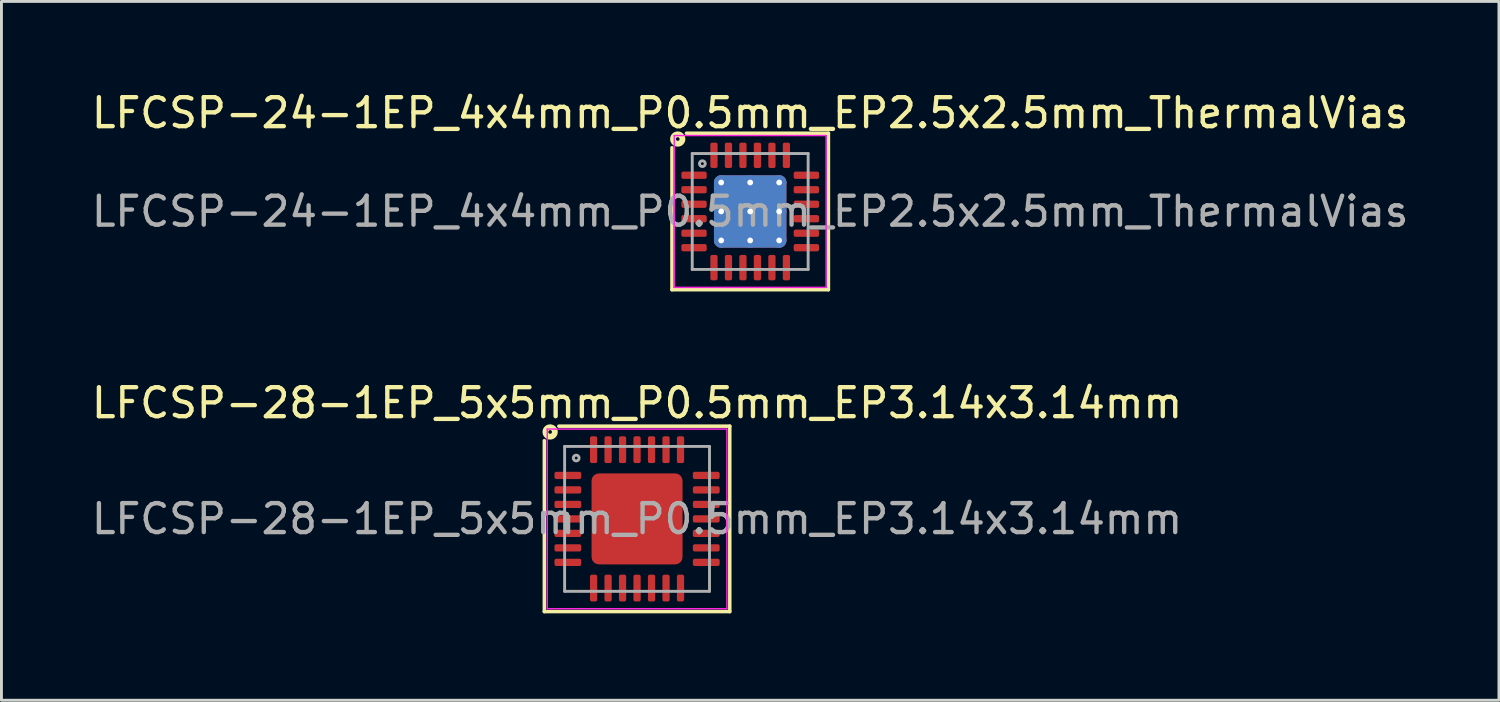
<source format=kicad_pcb>
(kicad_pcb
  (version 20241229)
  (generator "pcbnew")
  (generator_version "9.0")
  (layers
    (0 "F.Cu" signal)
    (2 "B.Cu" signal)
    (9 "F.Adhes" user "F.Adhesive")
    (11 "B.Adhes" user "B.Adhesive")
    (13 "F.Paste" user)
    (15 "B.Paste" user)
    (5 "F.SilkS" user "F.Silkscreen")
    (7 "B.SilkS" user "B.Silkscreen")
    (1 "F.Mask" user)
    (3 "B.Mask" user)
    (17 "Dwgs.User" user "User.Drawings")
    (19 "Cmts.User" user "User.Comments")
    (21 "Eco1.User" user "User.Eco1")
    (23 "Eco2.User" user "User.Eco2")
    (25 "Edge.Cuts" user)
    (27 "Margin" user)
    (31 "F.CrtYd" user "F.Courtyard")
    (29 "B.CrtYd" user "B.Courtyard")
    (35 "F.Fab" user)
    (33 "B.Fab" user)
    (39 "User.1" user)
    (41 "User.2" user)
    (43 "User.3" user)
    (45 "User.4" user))
  (footprint "LFCSP-28-1EP_5x5mm_P0.5mm_EP3.14x3.14mm"
    (layer "F.Cu")
    (at 18.935 14.857)
    (property "Reference" "LFCSP-28-1EP_5x5mm_P0.5mm_EP3.14x3.14mm" (at 0 -4 0) (layer "F.SilkS") (effects (font (size 1 1) (thickness 0.15))))
    (attr smd)
    (fp_line (start -3.2 3.2) (end -3.2 -2.7) (stroke (width 0.12) (type solid)) (layer "F.SilkS"))
    (fp_line (start 3.2 -3.2) (end -2.7 -3.2) (stroke (width 0.12) (type solid)) (layer "F.SilkS"))
    (fp_line (start 3.2 -3.2) (end 3.2 3.2) (stroke (width 0.12) (type solid)) (layer "F.SilkS"))
    (fp_line (start 3.2 3.2) (end -3.2 3.2) (stroke (width 0.12) (type solid)) (layer "F.SilkS"))
    (fp_circle (center -3 -3) (end -2.937 -3) (stroke (width 0.2) (type solid)) (fill no) (layer "F.SilkS"))
    (fp_line (start -3.1 -3.1) (end -3.1 3.1) (stroke (width 0.05) (type solid)) (layer "F.CrtYd"))
    (fp_line (start -3.1 3.1) (end 3.1 3.1) (stroke (width 0.05) (type solid)) (layer "F.CrtYd"))
    (fp_line (start 3.1 -3.1) (end -3.1 -3.1) (stroke (width 0.05) (type solid)) (layer "F.CrtYd"))
    (fp_line (start 3.1 3.1) (end 3.1 -3.1) (stroke (width 0.05) (type solid)) (layer "F.CrtYd"))
    (fp_line (start -2.5 -2.5) (end 2.5 -2.5) (stroke (width 0.1) (type solid)) (layer "F.Fab"))
    (fp_line (start -2.5 2.5) (end -2.5 -2.5) (stroke (width 0.1) (type solid)) (layer "F.Fab"))
    (fp_line (start 2.5 -2.5) (end 2.5 2.5) (stroke (width 0.1) (type solid)) (layer "F.Fab"))
    (fp_line (start 2.5 2.5) (end -2.5 2.5) (stroke (width 0.1) (type solid)) (layer "F.Fab"))
    (fp_circle (center -2.1 -2.1) (end -2 -2.1) (stroke (width 0.1) (type solid)) (fill no) (layer "F.Fab"))
    (fp_text user "${REFERENCE}" (at 0 0 0) (layer "F.Fab") (effects (font (size 1 1) (thickness 0.15))))
    (pad "" smd roundrect (at -0.785 -0.785) (size 1.27 1.27) (layers "F.Paste") (roundrect_rratio 0.197))
    (pad "" smd roundrect (at -0.785 0.785) (size 1.27 1.27) (layers "F.Paste") (roundrect_rratio 0.197))
    (pad "" smd roundrect (at 0.785 -0.785) (size 1.27 1.27) (layers "F.Paste") (roundrect_rratio 0.197))
    (pad "" smd roundrect (at 0.785 0.785) (size 1.27 1.27) (layers "F.Paste") (roundrect_rratio 0.197))
    (pad "1" smd roundrect (at -2.388 -1.5) (size 0.925 0.25) (layers "F.Cu" "F.Mask" "F.Paste") (roundrect_rratio 0.25))
    (pad "2" smd roundrect (at -2.388 -1) (size 0.925 0.25) (layers "F.Cu" "F.Mask" "F.Paste") (roundrect_rratio 0.25))
    (pad "3" smd roundrect (at -2.388 -0.5) (size 0.925 0.25) (layers "F.Cu" "F.Mask" "F.Paste") (roundrect_rratio 0.25))
    (pad "4" smd roundrect (at -2.388 0) (size 0.925 0.25) (layers "F.Cu" "F.Mask" "F.Paste") (roundrect_rratio 0.25))
    (pad "5" smd roundrect (at -2.388 0.5) (size 0.925 0.25) (layers "F.Cu" "F.Mask" "F.Paste") (roundrect_rratio 0.25))
    (pad "6" smd roundrect (at -2.388 1) (size 0.925 0.25) (layers "F.Cu" "F.Mask" "F.Paste") (roundrect_rratio 0.25))
    (pad "7" smd roundrect (at -2.388 1.5) (size 0.925 0.25) (layers "F.Cu" "F.Mask" "F.Paste") (roundrect_rratio 0.25))
    (pad "8" smd roundrect (at -1.5 2.388) (size 0.25 0.925) (layers "F.Cu" "F.Mask" "F.Paste") (roundrect_rratio 0.25))
    (pad "9" smd roundrect (at -1 2.388) (size 0.25 0.925) (layers "F.Cu" "F.Mask" "F.Paste") (roundrect_rratio 0.25))
    (pad "10" smd roundrect (at -0.5 2.388) (size 0.25 0.925) (layers "F.Cu" "F.Mask" "F.Paste") (roundrect_rratio 0.25))
    (pad "11" smd roundrect (at 0 2.388) (size 0.25 0.925) (layers "F.Cu" "F.Mask" "F.Paste") (roundrect_rratio 0.25))
    (pad "12" smd roundrect (at 0.5 2.388) (size 0.25 0.925) (layers "F.Cu" "F.Mask" "F.Paste") (roundrect_rratio 0.25))
    (pad "13" smd roundrect (at 1 2.388) (size 0.25 0.925) (layers "F.Cu" "F.Mask" "F.Paste") (roundrect_rratio 0.25))
    (pad "14" smd roundrect (at 1.5 2.388) (size 0.25 0.925) (layers "F.Cu" "F.Mask" "F.Paste") (roundrect_rratio 0.25))
    (pad "15" smd roundrect (at 2.388 1.5) (size 0.925 0.25) (layers "F.Cu" "F.Mask" "F.Paste") (roundrect_rratio 0.25))
    (pad "16" smd roundrect (at 2.388 1) (size 0.925 0.25) (layers "F.Cu" "F.Mask" "F.Paste") (roundrect_rratio 0.25))
    (pad "17" smd roundrect (at 2.388 0.5) (size 0.925 0.25) (layers "F.Cu" "F.Mask" "F.Paste") (roundrect_rratio 0.25))
    (pad "18" smd roundrect (at 2.388 0) (size 0.925 0.25) (layers "F.Cu" "F.Mask" "F.Paste") (roundrect_rratio 0.25))
    (pad "19" smd roundrect (at 2.388 -0.5) (size 0.925 0.25) (layers "F.Cu" "F.Mask" "F.Paste") (roundrect_rratio 0.25))
    (pad "20" smd roundrect (at 2.388 -1) (size 0.925 0.25) (layers "F.Cu" "F.Mask" "F.Paste") (roundrect_rratio 0.25))
    (pad "21" smd roundrect (at 2.388 -1.5) (size 0.925 0.25) (layers "F.Cu" "F.Mask" "F.Paste") (roundrect_rratio 0.25))
    (pad "22" smd roundrect (at 1.5 -2.388) (size 0.25 0.925) (layers "F.Cu" "F.Mask" "F.Paste") (roundrect_rratio 0.25))
    (pad "23" smd roundrect (at 1 -2.388) (size 0.25 0.925) (layers "F.Cu" "F.Mask" "F.Paste") (roundrect_rratio 0.25))
    (pad "24" smd roundrect (at 0.5 -2.388) (size 0.25 0.925) (layers "F.Cu" "F.Mask" "F.Paste") (roundrect_rratio 0.25))
    (pad "25" smd roundrect (at 0 -2.388) (size 0.25 0.925) (layers "F.Cu" "F.Mask" "F.Paste") (roundrect_rratio 0.25))
    (pad "26" smd roundrect (at -0.5 -2.388) (size 0.25 0.925) (layers "F.Cu" "F.Mask" "F.Paste") (roundrect_rratio 0.25))
    (pad "27" smd roundrect (at -1 -2.388) (size 0.25 0.925) (layers "F.Cu" "F.Mask" "F.Paste") (roundrect_rratio 0.25))
    (pad "28" smd roundrect (at -1.5 -2.388) (size 0.25 0.925) (layers "F.Cu" "F.Mask" "F.Paste") (roundrect_rratio 0.25))
    (pad "29" smd roundrect (at 0 0) (size 3.14 3.14) (layers "F.Cu" "F.Mask") (roundrect_rratio 0.08)))
  (footprint "LFCSP-24-1EP_4x4mm_P0.5mm_EP2.5x2.5mm_ThermalVias"
    (layer "F.Cu")
    (at 22.839 4.248)
    (property "Reference" "LFCSP-24-1EP_4x4mm_P0.5mm_EP2.5x2.5mm_ThermalVias" (at 0 -3.4 0) (layer "F.SilkS") (effects (font (size 1 1) (thickness 0.15))))
    (attr smd)
    (fp_line (start -2.7 2.7) (end -2.7 -2.2) (stroke (width 0.12) (type solid)) (layer "F.SilkS"))
    (fp_line (start 2.7 -2.7) (end -2.2 -2.7) (stroke (width 0.12) (type solid)) (layer "F.SilkS"))
    (fp_line (start 2.7 -2.7) (end 2.7 2.7) (stroke (width 0.12) (type solid)) (layer "F.SilkS"))
    (fp_line (start 2.7 2.7) (end -2.7 2.7) (stroke (width 0.12) (type solid)) (layer "F.SilkS"))
    (fp_circle (center -2.5 -2.5) (end -2.437 -2.5) (stroke (width 0.2) (type solid)) (fill no) (layer "F.SilkS"))
    (fp_line (start -2.62 -2.62) (end -2.62 2.62) (stroke (width 0.05) (type solid)) (layer "F.CrtYd"))
    (fp_line (start -2.62 2.62) (end 2.62 2.62) (stroke (width 0.05) (type solid)) (layer "F.CrtYd"))
    (fp_line (start 2.62 -2.62) (end -2.62 -2.62) (stroke (width 0.05) (type solid)) (layer "F.CrtYd"))
    (fp_line (start 2.62 2.62) (end 2.62 -2.62) (stroke (width 0.05) (type solid)) (layer "F.CrtYd"))
    (fp_line (start -2 -2) (end 2 -2) (stroke (width 0.1) (type solid)) (layer "F.Fab"))
    (fp_line (start -2 2) (end -2 -2) (stroke (width 0.1) (type solid)) (layer "F.Fab"))
    (fp_line (start 2 -2) (end 2 2) (stroke (width 0.1) (type solid)) (layer "F.Fab"))
    (fp_line (start 2 2) (end -2 2) (stroke (width 0.1) (type solid)) (layer "F.Fab"))
    (fp_circle (center -1.65 -1.65) (end -1.55 -1.65) (stroke (width 0.1) (type solid)) (fill no) (layer "F.Fab"))
    (fp_text user "${REFERENCE}" (at 0 0 0) (layer "F.Fab") (effects (font (size 1 1) (thickness 0.15))))
    (pad "" smd roundrect (at -0.625 -0.625) (size 1.08 1.08) (layers "F.Paste") (roundrect_rratio 0.231))
    (pad "" smd roundrect (at -0.625 0.625) (size 1.08 1.08) (layers "F.Paste") (roundrect_rratio 0.231))
    (pad "" smd roundrect (at 0.625 -0.625) (size 1.08 1.08) (layers "F.Paste") (roundrect_rratio 0.231))
    (pad "" smd roundrect (at 0.625 0.625) (size 1.08 1.08) (layers "F.Paste") (roundrect_rratio 0.231))
    (pad "1" smd roundrect (at -1.938 -1.25) (size 0.875 0.25) (layers "F.Cu" "F.Mask" "F.Paste") (roundrect_rratio 0.25))
    (pad "2" smd roundrect (at -1.938 -0.75) (size 0.875 0.25) (layers "F.Cu" "F.Mask" "F.Paste") (roundrect_rratio 0.25))
    (pad "3" smd roundrect (at -1.938 -0.25) (size 0.875 0.25) (layers "F.Cu" "F.Mask" "F.Paste") (roundrect_rratio 0.25))
    (pad "4" smd roundrect (at -1.938 0.25) (size 0.875 0.25) (layers "F.Cu" "F.Mask" "F.Paste") (roundrect_rratio 0.25))
    (pad "5" smd roundrect (at -1.938 0.75) (size 0.875 0.25) (layers "F.Cu" "F.Mask" "F.Paste") (roundrect_rratio 0.25))
    (pad "6" smd roundrect (at -1.938 1.25) (size 0.875 0.25) (layers "F.Cu" "F.Mask" "F.Paste") (roundrect_rratio 0.25))
    (pad "7" smd roundrect (at -1.25 1.938) (size 0.25 0.875) (layers "F.Cu" "F.Mask" "F.Paste") (roundrect_rratio 0.25))
    (pad "8" smd roundrect (at -0.75 1.938) (size 0.25 0.875) (layers "F.Cu" "F.Mask" "F.Paste") (roundrect_rratio 0.25))
    (pad "9" smd roundrect (at -0.25 1.938) (size 0.25 0.875) (layers "F.Cu" "F.Mask" "F.Paste") (roundrect_rratio 0.25))
    (pad "10" smd roundrect (at 0.25 1.938) (size 0.25 0.875) (layers "F.Cu" "F.Mask" "F.Paste") (roundrect_rratio 0.25))
    (pad "11" smd roundrect (at 0.75 1.938) (size 0.25 0.875) (layers "F.Cu" "F.Mask" "F.Paste") (roundrect_rratio 0.25))
    (pad "12" smd roundrect (at 1.25 1.938) (size 0.25 0.875) (layers "F.Cu" "F.Mask" "F.Paste") (roundrect_rratio 0.25))
    (pad "13" smd roundrect (at 1.938 1.25) (size 0.875 0.25) (layers "F.Cu" "F.Mask" "F.Paste") (roundrect_rratio 0.25))
    (pad "14" smd roundrect (at 1.938 0.75) (size 0.875 0.25) (layers "F.Cu" "F.Mask" "F.Paste") (roundrect_rratio 0.25))
    (pad "15" smd roundrect (at 1.938 0.25) (size 0.875 0.25) (layers "F.Cu" "F.Mask" "F.Paste") (roundrect_rratio 0.25))
    (pad "16" smd roundrect (at 1.938 -0.25) (size 0.875 0.25) (layers "F.Cu" "F.Mask" "F.Paste") (roundrect_rratio 0.25))
    (pad "17" smd roundrect (at 1.938 -0.75) (size 0.875 0.25) (layers "F.Cu" "F.Mask" "F.Paste") (roundrect_rratio 0.25))
    (pad "18" smd roundrect (at 1.938 -1.25) (size 0.875 0.25) (layers "F.Cu" "F.Mask" "F.Paste") (roundrect_rratio 0.25))
    (pad "19" smd roundrect (at 1.25 -1.938) (size 0.25 0.875) (layers "F.Cu" "F.Mask" "F.Paste") (roundrect_rratio 0.25))
    (pad "20" smd roundrect (at 0.75 -1.938) (size 0.25 0.875) (layers "F.Cu" "F.Mask" "F.Paste") (roundrect_rratio 0.25))
    (pad "21" smd roundrect (at 0.25 -1.938) (size 0.25 0.875) (layers "F.Cu" "F.Mask" "F.Paste") (roundrect_rratio 0.25))
    (pad "22" smd roundrect (at -0.25 -1.938) (size 0.25 0.875) (layers "F.Cu" "F.Mask" "F.Paste") (roundrect_rratio 0.25))
    (pad "23" smd roundrect (at -0.75 -1.938) (size 0.25 0.875) (layers "F.Cu" "F.Mask" "F.Paste") (roundrect_rratio 0.25))
    (pad "24" smd roundrect (at -1.25 -1.938) (size 0.25 0.875) (layers "F.Cu" "F.Mask" "F.Paste") (roundrect_rratio 0.25))
    (pad "25" thru_hole circle (at -1 -1) (size 0.5 0.5) (drill 0.2) (property pad_prop_heatsink) (layers "*.Cu"))
    (pad "25" thru_hole circle (at -1 0) (size 0.5 0.5) (drill 0.2) (property pad_prop_heatsink) (layers "*.Cu"))
    (pad "25" thru_hole circle (at -1 1) (size 0.5 0.5) (drill 0.2) (property pad_prop_heatsink) (layers "*.Cu"))
    (pad "25" thru_hole circle (at 0 -1) (size 0.5 0.5) (drill 0.2) (property pad_prop_heatsink) (layers "*.Cu"))
    (pad "25" thru_hole circle (at 0 0) (size 0.5 0.5) (drill 0.2) (property pad_prop_heatsink) (layers "*.Cu"))
    (pad "25" smd roundrect (at 0 0) (size 2.5 2.5) (layers "F.Cu" "F.Mask") (roundrect_rratio 0.1))
    (pad "25" smd roundrect (at 0 0) (size 2.5 2.5) (layers "B.Cu" "B.Mask") (roundrect_rratio 0.1))
    (pad "25" thru_hole circle (at 0 1) (size 0.5 0.5) (drill 0.2) (property pad_prop_heatsink) (layers "*.Cu"))
    (pad "25" thru_hole circle (at 1 -1) (size 0.5 0.5) (drill 0.2) (property pad_prop_heatsink) (layers "*.Cu"))
    (pad "25" thru_hole circle (at 1 0) (size 0.5 0.5) (drill 0.2) (property pad_prop_heatsink) (layers "*.Cu"))
    (pad "25" thru_hole circle (at 1 1) (size 0.5 0.5) (drill 0.2) (property pad_prop_heatsink) (layers "*.Cu")))
  (gr_rect
    (start -3 -3)
    (end 48.679 21.116)
    (stroke (width 0.1) (type default))
    (fill no)
    (layer "Edge.Cuts")))
</source>
